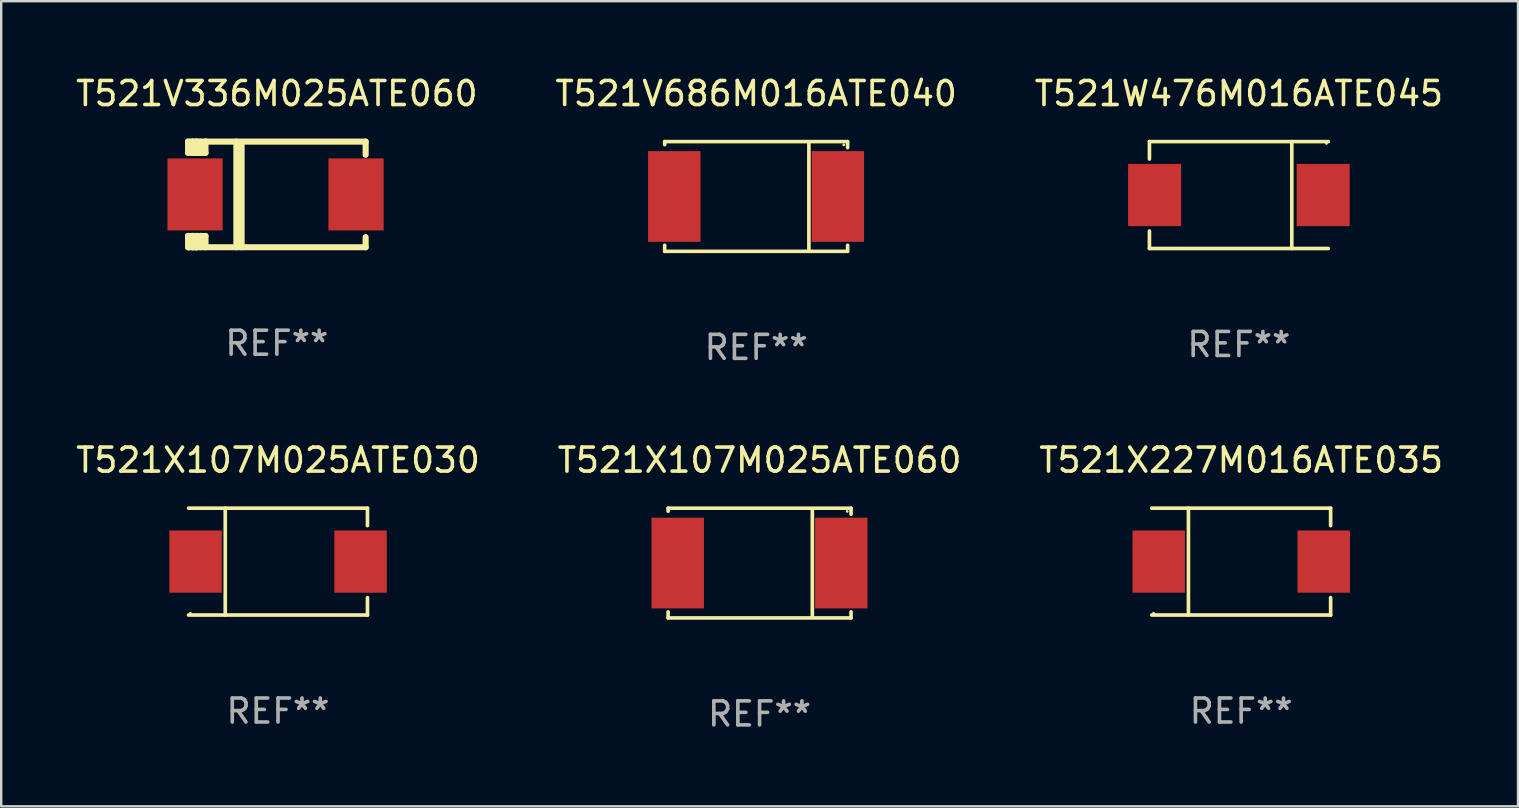
<source format=kicad_pcb>
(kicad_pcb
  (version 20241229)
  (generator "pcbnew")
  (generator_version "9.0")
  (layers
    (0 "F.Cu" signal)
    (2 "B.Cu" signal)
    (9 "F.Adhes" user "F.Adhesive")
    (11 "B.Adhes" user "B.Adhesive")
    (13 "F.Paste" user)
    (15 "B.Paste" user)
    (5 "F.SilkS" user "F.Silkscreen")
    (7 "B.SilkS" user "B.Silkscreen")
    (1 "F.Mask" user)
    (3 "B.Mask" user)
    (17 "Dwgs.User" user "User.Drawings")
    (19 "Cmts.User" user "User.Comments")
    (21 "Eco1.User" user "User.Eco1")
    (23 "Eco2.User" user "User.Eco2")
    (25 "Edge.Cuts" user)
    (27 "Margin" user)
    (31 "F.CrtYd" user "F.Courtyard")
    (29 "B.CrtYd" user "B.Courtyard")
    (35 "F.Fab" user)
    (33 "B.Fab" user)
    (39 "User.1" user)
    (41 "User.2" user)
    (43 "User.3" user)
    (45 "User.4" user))
  (footprint "T521X107M025ATE030"
    (layer "F.Cu")
    (at 8.53 20.343)
    (property "Reference" "T521X107M025ATE030" (at 0 -4.226 0) (layer "F.SilkS") (effects (font (size 1 1) (thickness 0.15))))
    (attr through_hole)
    (fp_line (start -3.726 -2.226) (end 3.726 -2.226) (stroke (width 0.152) (type solid)) (layer "F.SilkS"))
    (fp_line (start -3.726 2.226) (end 3.726 2.226) (stroke (width 0.152) (type solid)) (layer "F.SilkS"))
    (fp_line (start -2.197 -2.226) (end -2.197 2.226) (stroke (width 0.152) (type solid)) (layer "F.SilkS"))
    (fp_line (start 3.726 -2.226) (end 3.726 -1.499) (stroke (width 0.152) (type solid)) (layer "F.SilkS"))
    (fp_line (start 3.726 2.226) (end 3.726 1.499) (stroke (width 0.152) (type solid)) (layer "F.SilkS"))
    (fp_circle (center -3.65 2.15) (end -3.62 2.15) (stroke (width 0.06) (type solid)) (fill no) (layer "F.SilkS"))
    (fp_text user "REF**" (at 0 6.226 0) (layer "F.Fab") (effects (font (size 1 1) (thickness 0.15))))
    (pad "1" smd rect (at -3.434 0 180) (size 2.185 2.592) (layers "F.Cu" "F.Mask" "F.Paste"))
    (pad "2" smd rect (at 3.439 0 180) (size 2.185 2.592) (layers "F.Cu" "F.Mask" "F.Paste")))
  (footprint "T521V686M016ATE040"
    (layer "F.Cu")
    (at 28.446 5.134)
    (property "Reference" "T521V686M016ATE040" (at 0 -4.286 0) (layer "F.SilkS") (effects (font (size 1 1) (thickness 0.15))))
    (attr through_hole)
    (fp_line (start -3.81 -2.286) (end -3.81 -2.159) (stroke (width 0.15) (type solid)) (layer "F.SilkS"))
    (fp_line (start -3.81 2.032) (end -3.81 2.286) (stroke (width 0.15) (type solid)) (layer "F.SilkS"))
    (fp_line (start -3.81 2.286) (end 3.81 2.286) (stroke (width 0.15) (type solid)) (layer "F.SilkS"))
    (fp_line (start 2.197 -2.226) (end 2.197 2.226) (stroke (width 0.152) (type solid)) (layer "F.SilkS"))
    (fp_line (start 3.81 -2.286) (end -3.81 -2.286) (stroke (width 0.15) (type solid)) (layer "F.SilkS"))
    (fp_line (start 3.81 -2.032) (end 3.81 -2.286) (stroke (width 0.15) (type solid)) (layer "F.SilkS"))
    (fp_line (start 3.81 2.286) (end 3.81 2.032) (stroke (width 0.15) (type solid)) (layer "F.SilkS"))
    (fp_circle (center 3.65 -2.15) (end 3.68 -2.15) (stroke (width 0.06) (type solid)) (fill no) (layer "F.SilkS"))
    (fp_text user "REF**" (at 0 6.286 0) (layer "F.Fab") (effects (font (size 1 1) (thickness 0.15))))
    (pad "1" smd rect (at 3.404 0 180) (size 2.185 3.78) (layers "F.Cu" "F.Mask" "F.Paste"))
    (pad "2" smd rect (at -3.409 0 180) (size 2.185 3.78) (layers "F.Cu" "F.Mask" "F.Paste")))
  (footprint "T521X107M025ATE060"
    (layer "F.Cu")
    (at 28.589 20.403)
    (property "Reference" "T521X107M025ATE060" (at 0 -4.286 0) (layer "F.SilkS") (effects (font (size 1 1) (thickness 0.15))))
    (attr through_hole)
    (fp_line (start -3.81 -2.286) (end -3.81 -2.159) (stroke (width 0.15) (type solid)) (layer "F.SilkS"))
    (fp_line (start -3.81 2.032) (end -3.81 2.286) (stroke (width 0.15) (type solid)) (layer "F.SilkS"))
    (fp_line (start -3.81 2.286) (end 3.81 2.286) (stroke (width 0.15) (type solid)) (layer "F.SilkS"))
    (fp_line (start 2.197 -2.226) (end 2.197 2.226) (stroke (width 0.152) (type solid)) (layer "F.SilkS"))
    (fp_line (start 3.81 -2.286) (end -3.81 -2.286) (stroke (width 0.15) (type solid)) (layer "F.SilkS"))
    (fp_line (start 3.81 -2.032) (end 3.81 -2.286) (stroke (width 0.15) (type solid)) (layer "F.SilkS"))
    (fp_line (start 3.81 2.286) (end 3.81 2.032) (stroke (width 0.15) (type solid)) (layer "F.SilkS"))
    (fp_circle (center 3.65 -2.15) (end 3.68 -2.15) (stroke (width 0.06) (type solid)) (fill no) (layer "F.SilkS"))
    (fp_text user "REF**" (at 0 6.286 0) (layer "F.Fab") (effects (font (size 1 1) (thickness 0.15))))
    (pad "1" smd rect (at 3.404 0 180) (size 2.185 3.78) (layers "F.Cu" "F.Mask" "F.Paste"))
    (pad "2" smd rect (at -3.409 0 180) (size 2.185 3.78) (layers "F.Cu" "F.Mask" "F.Paste")))
  (footprint "T521W476M016ATE045"
    (layer "F.Cu")
    (at 48.554 5.074)
    (property "Reference" "T521W476M016ATE045" (at 0 -4.226 0) (layer "F.SilkS") (effects (font (size 1 1) (thickness 0.15))))
    (attr through_hole)
    (fp_line (start -3.726 -2.226) (end -3.726 -1.499) (stroke (width 0.152) (type solid)) (layer "F.SilkS"))
    (fp_line (start -3.726 -2.226) (end 3.726 -2.226) (stroke (width 0.152) (type solid)) (layer "F.SilkS"))
    (fp_line (start -3.726 2.226) (end -3.726 1.499) (stroke (width 0.152) (type solid)) (layer "F.SilkS"))
    (fp_line (start -3.726 2.226) (end 3.726 2.226) (stroke (width 0.152) (type solid)) (layer "F.SilkS"))
    (fp_line (start 2.204 -2.226) (end 2.204 2.226) (stroke (width 0.152) (type solid)) (layer "F.SilkS"))
    (fp_circle (center 3.65 -2.15) (end 3.68 -2.15) (stroke (width 0.06) (type solid)) (fill no) (layer "F.SilkS"))
    (fp_text user "REF**" (at 0 6.226 0) (layer "F.Fab") (effects (font (size 1 1) (thickness 0.15))))
    (pad "1" smd rect (at 3.511 0) (size 2.207 2.592) (layers "F.Cu" "F.Mask" "F.Paste"))
    (pad "2" smd rect (at -3.511 0) (size 2.207 2.592) (layers "F.Cu" "F.Mask" "F.Paste")))
  (footprint "T521V336M025ATE060"
    (layer "F.Cu")
    (at 8.482 5.048)
    (property "Reference" "T521V336M025ATE060" (at 0 -4.2 0) (layer "F.SilkS") (effects (font (size 1 1) (thickness 0.15))))
    (attr through_hole)
    (fp_line (start -3.698 -2.2) (end -3.502 -2.2) (stroke (width 0.254) (type solid)) (layer "F.SilkS"))
    (fp_line (start -3.698 -1.731) (end -3.698 -2.2) (stroke (width 0.254) (type solid)) (layer "F.SilkS"))
    (fp_line (start -3.698 -1.731) (end -3.502 -1.731) (stroke (width 0.254) (type solid)) (layer "F.SilkS"))
    (fp_line (start -3.698 1.731) (end -3.502 1.731) (stroke (width 0.254) (type solid)) (layer "F.SilkS"))
    (fp_line (start -3.698 2.2) (end -3.698 1.731) (stroke (width 0.254) (type solid)) (layer "F.SilkS"))
    (fp_line (start -3.66 2.2) (end -3.698 2.2) (stroke (width 0.254) (type solid)) (layer "F.SilkS"))
    (fp_line (start -3.66 2.2) (end -3.346 2.2) (stroke (width 0.254) (type solid)) (layer "F.SilkS"))
    (fp_line (start -3.502 -2.2) (end 3.698 -2.2) (stroke (width 0.254) (type solid)) (layer "F.SilkS"))
    (fp_line (start -3.502 -1.731) (end -3.502 -2.2) (stroke (width 0.254) (type solid)) (layer "F.SilkS"))
    (fp_line (start -3.502 1.731) (end -3.502 1.778) (stroke (width 0.254) (type solid)) (layer "F.SilkS"))
    (fp_line (start -3.502 1.731) (end -3.178 1.731) (stroke (width 0.254) (type solid)) (layer "F.SilkS"))
    (fp_line (start -3.502 1.778) (end -3.502 1.731) (stroke (width 0.254) (type solid)) (layer "F.SilkS"))
    (fp_line (start -3.502 2.2) (end -3.502 1.778) (stroke (width 0.254) (type solid)) (layer "F.SilkS"))
    (fp_line (start -3.502 2.2) (end 3.698 2.2) (stroke (width 0.254) (type solid)) (layer "F.SilkS"))
    (fp_line (start -3.367 -2.2) (end -3.367 -1.731) (stroke (width 0.254) (type solid)) (layer "F.SilkS"))
    (fp_line (start -3.346 1.731) (end -3.346 2.2) (stroke (width 0.254) (type solid)) (layer "F.SilkS"))
    (fp_line (start -3.346 2.2) (end -3.346 2.2) (stroke (width 0.254) (type solid)) (layer "F.SilkS"))
    (fp_line (start -3.332 1.731) (end -3.346 1.731) (stroke (width 0.254) (type solid)) (layer "F.SilkS"))
    (fp_line (start -3.303 -2.2) (end -3.367 -2.2) (stroke (width 0.254) (type solid)) (layer "F.SilkS"))
    (fp_line (start -3.179 -1.731) (end -3.179 -1.731) (stroke (width 0.254) (type solid)) (layer "F.SilkS"))
    (fp_line (start -3.179 1.731) (end -3.179 2.2) (stroke (width 0.254) (type solid)) (layer "F.SilkS"))
    (fp_line (start -3.178 -1.731) (end -3.502 -1.731) (stroke (width 0.254) (type solid)) (layer "F.SilkS"))
    (fp_line (start -3.178 -1.731) (end -3.179 -1.731) (stroke (width 0.254) (type solid)) (layer "F.SilkS"))
    (fp_line (start -3.178 -1.731) (end -3.178 -2.2) (stroke (width 0.254) (type solid)) (layer "F.SilkS"))
    (fp_line (start -3.178 1.731) (end -3.178 1.731) (stroke (width 0.254) (type solid)) (layer "F.SilkS"))
    (fp_line (start -2.972 -2.2) (end -2.972 -1.731) (stroke (width 0.254) (type solid)) (layer "F.SilkS"))
    (fp_line (start -2.972 -1.731) (end -3.502 -1.731) (stroke (width 0.254) (type solid)) (layer "F.SilkS"))
    (fp_line (start -2.972 1.731) (end -3.179 1.731) (stroke (width 0.254) (type solid)) (layer "F.SilkS"))
    (fp_line (start -2.972 1.731) (end -2.972 2.2) (stroke (width 0.254) (type solid)) (layer "F.SilkS"))
    (fp_line (start -2.957 -2.2) (end -2.972 -2.2) (stroke (width 0.254) (type solid)) (layer "F.SilkS"))
    (fp_line (start -1.686 -2.2) (end -1.686 2.2) (stroke (width 0.254) (type solid)) (layer "F.SilkS"))
    (fp_line (start -1.469 -2.159) (end -1.469 2.2) (stroke (width 0.254) (type solid)) (layer "F.SilkS"))
    (fp_line (start -1.452 -2.159) (end -1.469 -2.159) (stroke (width 0.254) (type solid)) (layer "F.SilkS"))
    (fp_line (start 3.698 -2.2) (end 3.698 -1.651) (stroke (width 0.254) (type solid)) (layer "F.SilkS"))
    (fp_line (start 3.698 2.2) (end 3.698 1.778) (stroke (width 0.254) (type solid)) (layer "F.SilkS"))
    (fp_circle (center -3.552 2.15) (end -3.522 2.15) (stroke (width 0.06) (type solid)) (fill no) (layer "F.SilkS"))
    (fp_text user "REF**" (at 0 6.2 0) (layer "F.Fab") (effects (font (size 1 1) (thickness 0.15))))
    (pad "1" smd rect (at -3.407 0) (size 2.3 3) (layers "F.Cu" "F.Mask" "F.Paste"))
    (pad "2" smd rect (at 3.298 0) (size 2.3 3) (layers "F.Cu" "F.Mask" "F.Paste")))
  (footprint "T521X227M016ATE035"
    (layer "F.Cu")
    (at 48.649 20.343)
    (property "Reference" "T521X227M016ATE035" (at 0 -4.226 0) (layer "F.SilkS") (effects (font (size 1 1) (thickness 0.15))))
    (attr through_hole)
    (fp_line (start -3.726 -2.226) (end 3.726 -2.226) (stroke (width 0.152) (type solid)) (layer "F.SilkS"))
    (fp_line (start -3.726 2.226) (end 3.726 2.226) (stroke (width 0.152) (type solid)) (layer "F.SilkS"))
    (fp_line (start -2.197 -2.226) (end -2.197 2.226) (stroke (width 0.152) (type solid)) (layer "F.SilkS"))
    (fp_line (start 3.726 -2.226) (end 3.726 -1.499) (stroke (width 0.152) (type solid)) (layer "F.SilkS"))
    (fp_line (start 3.726 2.226) (end 3.726 1.499) (stroke (width 0.152) (type solid)) (layer "F.SilkS"))
    (fp_circle (center -3.65 2.15) (end -3.62 2.15) (stroke (width 0.06) (type solid)) (fill no) (layer "F.SilkS"))
    (fp_text user "REF**" (at 0 6.226 0) (layer "F.Fab") (effects (font (size 1 1) (thickness 0.15))))
    (pad "1" smd rect (at -3.434 0 180) (size 2.185 2.592) (layers "F.Cu" "F.Mask" "F.Paste"))
    (pad "2" smd rect (at 3.439 0 180) (size 2.185 2.592) (layers "F.Cu" "F.Mask" "F.Paste")))
  (gr_rect
    (start -3 -3)
    (end 60.179 30.537)
    (stroke (width 0.1) (type default))
    (fill no)
    (layer "Edge.Cuts")))
</source>
